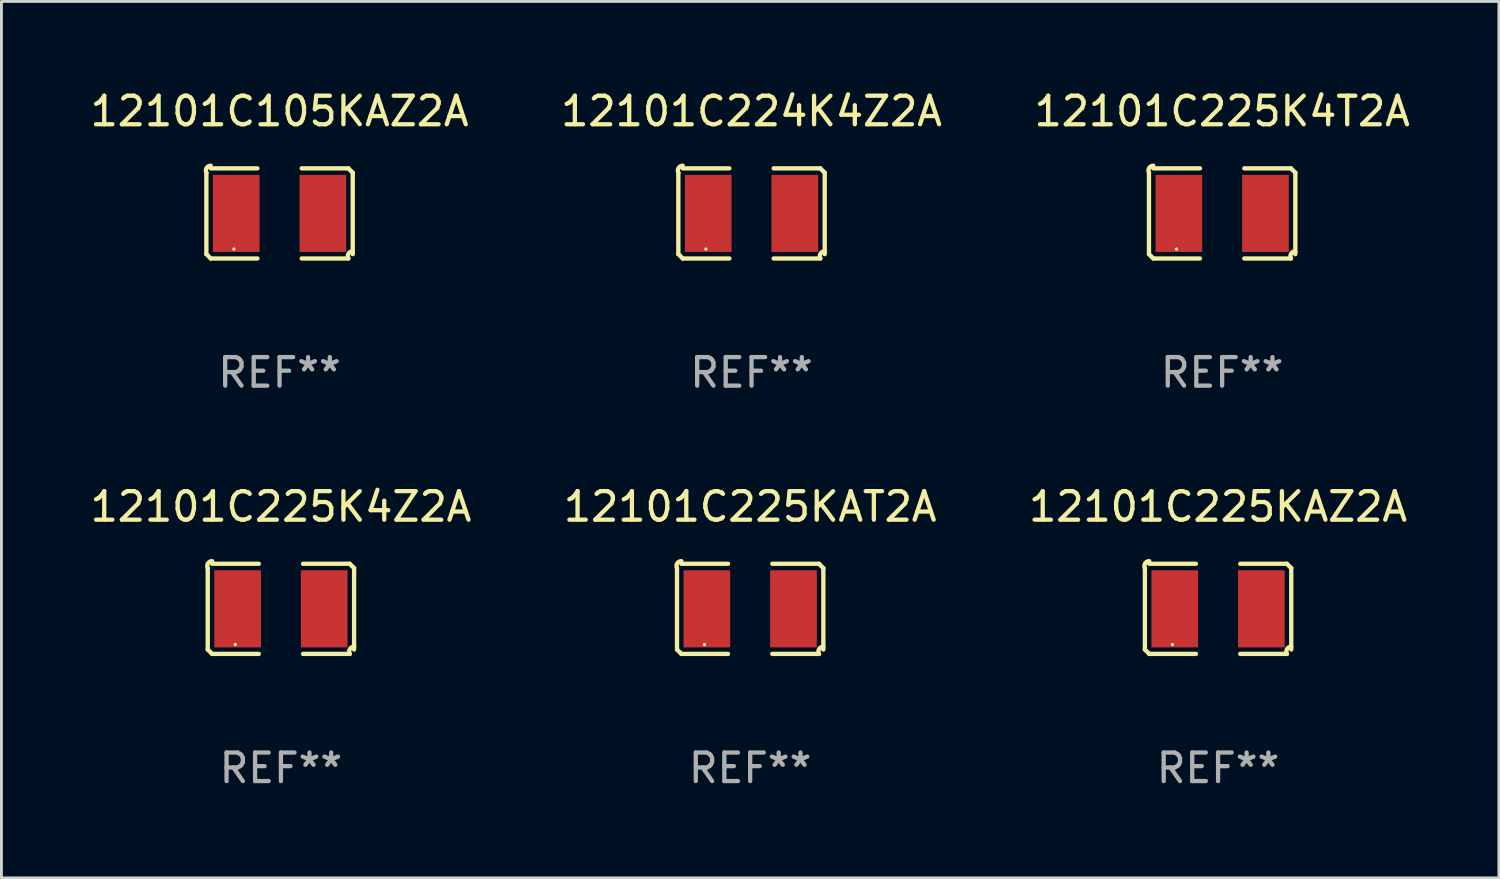
<source format=kicad_pcb>
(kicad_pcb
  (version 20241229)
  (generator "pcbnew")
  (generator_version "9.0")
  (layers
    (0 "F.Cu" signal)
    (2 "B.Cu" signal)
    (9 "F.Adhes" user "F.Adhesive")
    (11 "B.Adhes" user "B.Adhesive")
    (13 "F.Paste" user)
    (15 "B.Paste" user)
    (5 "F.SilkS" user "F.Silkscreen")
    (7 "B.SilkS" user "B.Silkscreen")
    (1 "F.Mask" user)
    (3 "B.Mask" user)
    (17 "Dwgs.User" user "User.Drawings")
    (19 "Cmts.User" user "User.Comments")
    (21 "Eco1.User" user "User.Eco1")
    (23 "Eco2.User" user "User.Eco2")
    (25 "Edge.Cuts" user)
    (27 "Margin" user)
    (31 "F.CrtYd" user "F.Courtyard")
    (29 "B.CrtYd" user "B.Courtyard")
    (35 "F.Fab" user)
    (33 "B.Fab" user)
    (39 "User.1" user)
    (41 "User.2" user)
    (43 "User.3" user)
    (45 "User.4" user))
  (footprint "12101C225K4T2A"
    (layer "F.Cu")
    (at 39.768 4.427)
    (property "Reference" "12101C225K4T2A" (at 0 -3.579 0) (layer "F.SilkS") (effects (font (size 1 1) (thickness 0.15))))
    (attr through_hole)
    (fp_line (start -2.564 1.426) (end -2.564 -1.426) (stroke (width 0.152) (type solid)) (layer "F.SilkS"))
    (fp_line (start -2.411 -1.579) (end -0.776 -1.579) (stroke (width 0.152) (type solid)) (layer "F.SilkS"))
    (fp_line (start -0.776 1.579) (end -2.411 1.579) (stroke (width 0.152) (type solid)) (layer "F.SilkS"))
    (fp_line (start 0.776 1.579) (end 2.411 1.579) (stroke (width 0.152) (type solid)) (layer "F.SilkS"))
    (fp_line (start 2.411 -1.579) (end 0.776 -1.579) (stroke (width 0.152) (type solid)) (layer "F.SilkS"))
    (fp_line (start 2.564 1.426) (end 2.564 -1.426) (stroke (width 0.152) (type solid)) (layer "F.SilkS"))
    (fp_arc (start -2.563602 -1.426213) (mid -2.555597 -1.591233) (end -2.411201 -1.671518) (stroke (width 0.1524) (type solid)) (layer "F.SilkS"))
    (fp_arc (start -2.5636 1.426214) (mid -2.487389 1.502402) (end -2.411201 1.578613) (stroke (width 0.1524) (type solid)) (layer "F.SilkS"))
    (fp_arc (start 2.411197 -1.578618) (mid 2.487403 -1.502419) (end 2.563602 -1.426213) (stroke (width 0.1524) (type solid)) (layer "F.SilkS"))
    (fp_arc (start 2.411201 1.578613) (mid 2.416214 1.409455) (end 2.563602 1.32629) (stroke (width 0.1524) (type solid)) (layer "F.SilkS"))
    (fp_circle (center -1.6 1.25) (end -1.57 1.25) (stroke (width 0.06) (type solid)) (fill no) (layer "F.SilkS"))
    (fp_text user "REF**" (at 0 5.579 0) (layer "F.Fab") (effects (font (size 1 1) (thickness 0.15))))
    (pad "1" smd rect (at -1.517 0) (size 1.635 2.7) (layers "F.Cu" "F.Mask" "F.Paste"))
    (pad "2" smd rect (at 1.517 0) (size 1.635 2.7) (layers "F.Cu" "F.Mask" "F.Paste")))
  (footprint "12101C224K4Z2A"
    (layer "F.Cu")
    (at 23.28 4.427)
    (property "Reference" "12101C224K4Z2A" (at 0 -3.579 0) (layer "F.SilkS") (effects (font (size 1 1) (thickness 0.15))))
    (attr through_hole)
    (fp_line (start -2.564 1.426) (end -2.564 -1.426) (stroke (width 0.152) (type solid)) (layer "F.SilkS"))
    (fp_line (start -2.411 -1.579) (end -0.776 -1.579) (stroke (width 0.152) (type solid)) (layer "F.SilkS"))
    (fp_line (start -0.776 1.579) (end -2.411 1.579) (stroke (width 0.152) (type solid)) (layer "F.SilkS"))
    (fp_line (start 0.776 1.579) (end 2.411 1.579) (stroke (width 0.152) (type solid)) (layer "F.SilkS"))
    (fp_line (start 2.411 -1.579) (end 0.776 -1.579) (stroke (width 0.152) (type solid)) (layer "F.SilkS"))
    (fp_line (start 2.564 1.426) (end 2.564 -1.426) (stroke (width 0.152) (type solid)) (layer "F.SilkS"))
    (fp_arc (start -2.563602 -1.426213) (mid -2.555597 -1.591233) (end -2.411201 -1.671518) (stroke (width 0.1524) (type solid)) (layer "F.SilkS"))
    (fp_arc (start -2.5636 1.426214) (mid -2.487389 1.502402) (end -2.411201 1.578613) (stroke (width 0.1524) (type solid)) (layer "F.SilkS"))
    (fp_arc (start 2.411197 -1.578618) (mid 2.487403 -1.502419) (end 2.563602 -1.426213) (stroke (width 0.1524) (type solid)) (layer "F.SilkS"))
    (fp_arc (start 2.411201 1.578613) (mid 2.416214 1.409455) (end 2.563602 1.32629) (stroke (width 0.1524) (type solid)) (layer "F.SilkS"))
    (fp_circle (center -1.6 1.25) (end -1.57 1.25) (stroke (width 0.06) (type solid)) (fill no) (layer "F.SilkS"))
    (fp_text user "REF**" (at 0 5.579 0) (layer "F.Fab") (effects (font (size 1 1) (thickness 0.15))))
    (pad "1" smd rect (at -1.517 0) (size 1.635 2.7) (layers "F.Cu" "F.Mask" "F.Paste"))
    (pad "2" smd rect (at 1.517 0) (size 1.635 2.7) (layers "F.Cu" "F.Mask" "F.Paste")))
  (footprint "12101C225KAZ2A"
    (layer "F.Cu")
    (at 39.625 18.281)
    (property "Reference" "12101C225KAZ2A" (at 0 -3.579 0) (layer "F.SilkS") (effects (font (size 1 1) (thickness 0.15))))
    (attr through_hole)
    (fp_line (start -2.564 1.426) (end -2.564 -1.426) (stroke (width 0.152) (type solid)) (layer "F.SilkS"))
    (fp_line (start -2.411 -1.579) (end -0.776 -1.579) (stroke (width 0.152) (type solid)) (layer "F.SilkS"))
    (fp_line (start -0.776 1.579) (end -2.411 1.579) (stroke (width 0.152) (type solid)) (layer "F.SilkS"))
    (fp_line (start 0.776 1.579) (end 2.411 1.579) (stroke (width 0.152) (type solid)) (layer "F.SilkS"))
    (fp_line (start 2.411 -1.579) (end 0.776 -1.579) (stroke (width 0.152) (type solid)) (layer "F.SilkS"))
    (fp_line (start 2.564 1.426) (end 2.564 -1.426) (stroke (width 0.152) (type solid)) (layer "F.SilkS"))
    (fp_arc (start -2.563602 -1.426213) (mid -2.555597 -1.591233) (end -2.411201 -1.671518) (stroke (width 0.1524) (type solid)) (layer "F.SilkS"))
    (fp_arc (start -2.5636 1.426214) (mid -2.487389 1.502402) (end -2.411201 1.578613) (stroke (width 0.1524) (type solid)) (layer "F.SilkS"))
    (fp_arc (start 2.411197 -1.578618) (mid 2.487403 -1.502419) (end 2.563602 -1.426213) (stroke (width 0.1524) (type solid)) (layer "F.SilkS"))
    (fp_arc (start 2.411201 1.578613) (mid 2.416214 1.409455) (end 2.563602 1.32629) (stroke (width 0.1524) (type solid)) (layer "F.SilkS"))
    (fp_circle (center -1.6 1.25) (end -1.57 1.25) (stroke (width 0.06) (type solid)) (fill no) (layer "F.SilkS"))
    (fp_text user "REF**" (at 0 5.579 0) (layer "F.Fab") (effects (font (size 1 1) (thickness 0.15))))
    (pad "1" smd rect (at -1.517 0) (size 1.635 2.7) (layers "F.Cu" "F.Mask" "F.Paste"))
    (pad "2" smd rect (at 1.517 0) (size 1.635 2.7) (layers "F.Cu" "F.Mask" "F.Paste")))
  (footprint "12101C225K4Z2A"
    (layer "F.Cu")
    (at 6.792 18.281)
    (property "Reference" "12101C225K4Z2A" (at 0 -3.579 0) (layer "F.SilkS") (effects (font (size 1 1) (thickness 0.15))))
    (attr through_hole)
    (fp_line (start -2.564 1.426) (end -2.564 -1.426) (stroke (width 0.152) (type solid)) (layer "F.SilkS"))
    (fp_line (start -2.411 -1.579) (end -0.776 -1.579) (stroke (width 0.152) (type solid)) (layer "F.SilkS"))
    (fp_line (start -0.776 1.579) (end -2.411 1.579) (stroke (width 0.152) (type solid)) (layer "F.SilkS"))
    (fp_line (start 0.776 1.579) (end 2.411 1.579) (stroke (width 0.152) (type solid)) (layer "F.SilkS"))
    (fp_line (start 2.411 -1.579) (end 0.776 -1.579) (stroke (width 0.152) (type solid)) (layer "F.SilkS"))
    (fp_line (start 2.564 1.426) (end 2.564 -1.426) (stroke (width 0.152) (type solid)) (layer "F.SilkS"))
    (fp_arc (start -2.563602 -1.426213) (mid -2.555597 -1.591233) (end -2.411201 -1.671518) (stroke (width 0.1524) (type solid)) (layer "F.SilkS"))
    (fp_arc (start -2.5636 1.426214) (mid -2.487389 1.502402) (end -2.411201 1.578613) (stroke (width 0.1524) (type solid)) (layer "F.SilkS"))
    (fp_arc (start 2.411197 -1.578618) (mid 2.487403 -1.502419) (end 2.563602 -1.426213) (stroke (width 0.1524) (type solid)) (layer "F.SilkS"))
    (fp_arc (start 2.411201 1.578613) (mid 2.416214 1.409455) (end 2.563602 1.32629) (stroke (width 0.1524) (type solid)) (layer "F.SilkS"))
    (fp_circle (center -1.6 1.25) (end -1.57 1.25) (stroke (width 0.06) (type solid)) (fill no) (layer "F.SilkS"))
    (fp_text user "REF**" (at 0 5.579 0) (layer "F.Fab") (effects (font (size 1 1) (thickness 0.15))))
    (pad "1" smd rect (at -1.517 0) (size 1.635 2.7) (layers "F.Cu" "F.Mask" "F.Paste"))
    (pad "2" smd rect (at 1.517 0) (size 1.635 2.7) (layers "F.Cu" "F.Mask" "F.Paste")))
  (footprint "12101C105KAZ2A"
    (layer "F.Cu")
    (at 6.744 4.427)
    (property "Reference" "12101C105KAZ2A" (at 0 -3.579 0) (layer "F.SilkS") (effects (font (size 1 1) (thickness 0.15))))
    (attr through_hole)
    (fp_line (start -2.564 1.426) (end -2.564 -1.426) (stroke (width 0.152) (type solid)) (layer "F.SilkS"))
    (fp_line (start -2.411 -1.579) (end -0.776 -1.579) (stroke (width 0.152) (type solid)) (layer "F.SilkS"))
    (fp_line (start -0.776 1.579) (end -2.411 1.579) (stroke (width 0.152) (type solid)) (layer "F.SilkS"))
    (fp_line (start 0.776 1.579) (end 2.411 1.579) (stroke (width 0.152) (type solid)) (layer "F.SilkS"))
    (fp_line (start 2.411 -1.579) (end 0.776 -1.579) (stroke (width 0.152) (type solid)) (layer "F.SilkS"))
    (fp_line (start 2.564 1.426) (end 2.564 -1.426) (stroke (width 0.152) (type solid)) (layer "F.SilkS"))
    (fp_arc (start -2.563602 -1.426213) (mid -2.555597 -1.591233) (end -2.411201 -1.671518) (stroke (width 0.1524) (type solid)) (layer "F.SilkS"))
    (fp_arc (start -2.5636 1.426214) (mid -2.487389 1.502402) (end -2.411201 1.578613) (stroke (width 0.1524) (type solid)) (layer "F.SilkS"))
    (fp_arc (start 2.411197 -1.578618) (mid 2.487403 -1.502419) (end 2.563602 -1.426213) (stroke (width 0.1524) (type solid)) (layer "F.SilkS"))
    (fp_arc (start 2.411201 1.578613) (mid 2.416214 1.409455) (end 2.563602 1.32629) (stroke (width 0.1524) (type solid)) (layer "F.SilkS"))
    (fp_circle (center -1.6 1.25) (end -1.57 1.25) (stroke (width 0.06) (type solid)) (fill no) (layer "F.SilkS"))
    (fp_text user "REF**" (at 0 5.579 0) (layer "F.Fab") (effects (font (size 1 1) (thickness 0.15))))
    (pad "1" smd rect (at -1.517 0) (size 1.635 2.7) (layers "F.Cu" "F.Mask" "F.Paste"))
    (pad "2" smd rect (at 1.517 0) (size 1.635 2.7) (layers "F.Cu" "F.Mask" "F.Paste")))
  (footprint "12101C225KAT2A"
    (layer "F.Cu")
    (at 23.232 18.281)
    (property "Reference" "12101C225KAT2A" (at 0 -3.579 0) (layer "F.SilkS") (effects (font (size 1 1) (thickness 0.15))))
    (attr through_hole)
    (fp_line (start -2.564 1.426) (end -2.564 -1.426) (stroke (width 0.152) (type solid)) (layer "F.SilkS"))
    (fp_line (start -2.411 -1.579) (end -0.776 -1.579) (stroke (width 0.152) (type solid)) (layer "F.SilkS"))
    (fp_line (start -0.776 1.579) (end -2.411 1.579) (stroke (width 0.152) (type solid)) (layer "F.SilkS"))
    (fp_line (start 0.776 1.579) (end 2.411 1.579) (stroke (width 0.152) (type solid)) (layer "F.SilkS"))
    (fp_line (start 2.411 -1.579) (end 0.776 -1.579) (stroke (width 0.152) (type solid)) (layer "F.SilkS"))
    (fp_line (start 2.564 1.426) (end 2.564 -1.426) (stroke (width 0.152) (type solid)) (layer "F.SilkS"))
    (fp_arc (start -2.563602 -1.426213) (mid -2.555597 -1.591233) (end -2.411201 -1.671518) (stroke (width 0.1524) (type solid)) (layer "F.SilkS"))
    (fp_arc (start -2.5636 1.426214) (mid -2.487389 1.502402) (end -2.411201 1.578613) (stroke (width 0.1524) (type solid)) (layer "F.SilkS"))
    (fp_arc (start 2.411197 -1.578618) (mid 2.487403 -1.502419) (end 2.563602 -1.426213) (stroke (width 0.1524) (type solid)) (layer "F.SilkS"))
    (fp_arc (start 2.411201 1.578613) (mid 2.416214 1.409455) (end 2.563602 1.32629) (stroke (width 0.1524) (type solid)) (layer "F.SilkS"))
    (fp_circle (center -1.6 1.25) (end -1.57 1.25) (stroke (width 0.06) (type solid)) (fill no) (layer "F.SilkS"))
    (fp_text user "REF**" (at 0 5.579 0) (layer "F.Fab") (effects (font (size 1 1) (thickness 0.15))))
    (pad "1" smd rect (at -1.517 0) (size 1.635 2.7) (layers "F.Cu" "F.Mask" "F.Paste"))
    (pad "2" smd rect (at 1.517 0) (size 1.635 2.7) (layers "F.Cu" "F.Mask" "F.Paste")))
  (gr_rect
    (start -3 -3)
    (end 49.464 27.707)
    (stroke (width 0.1) (type default))
    (fill no)
    (layer "Edge.Cuts")))
</source>
